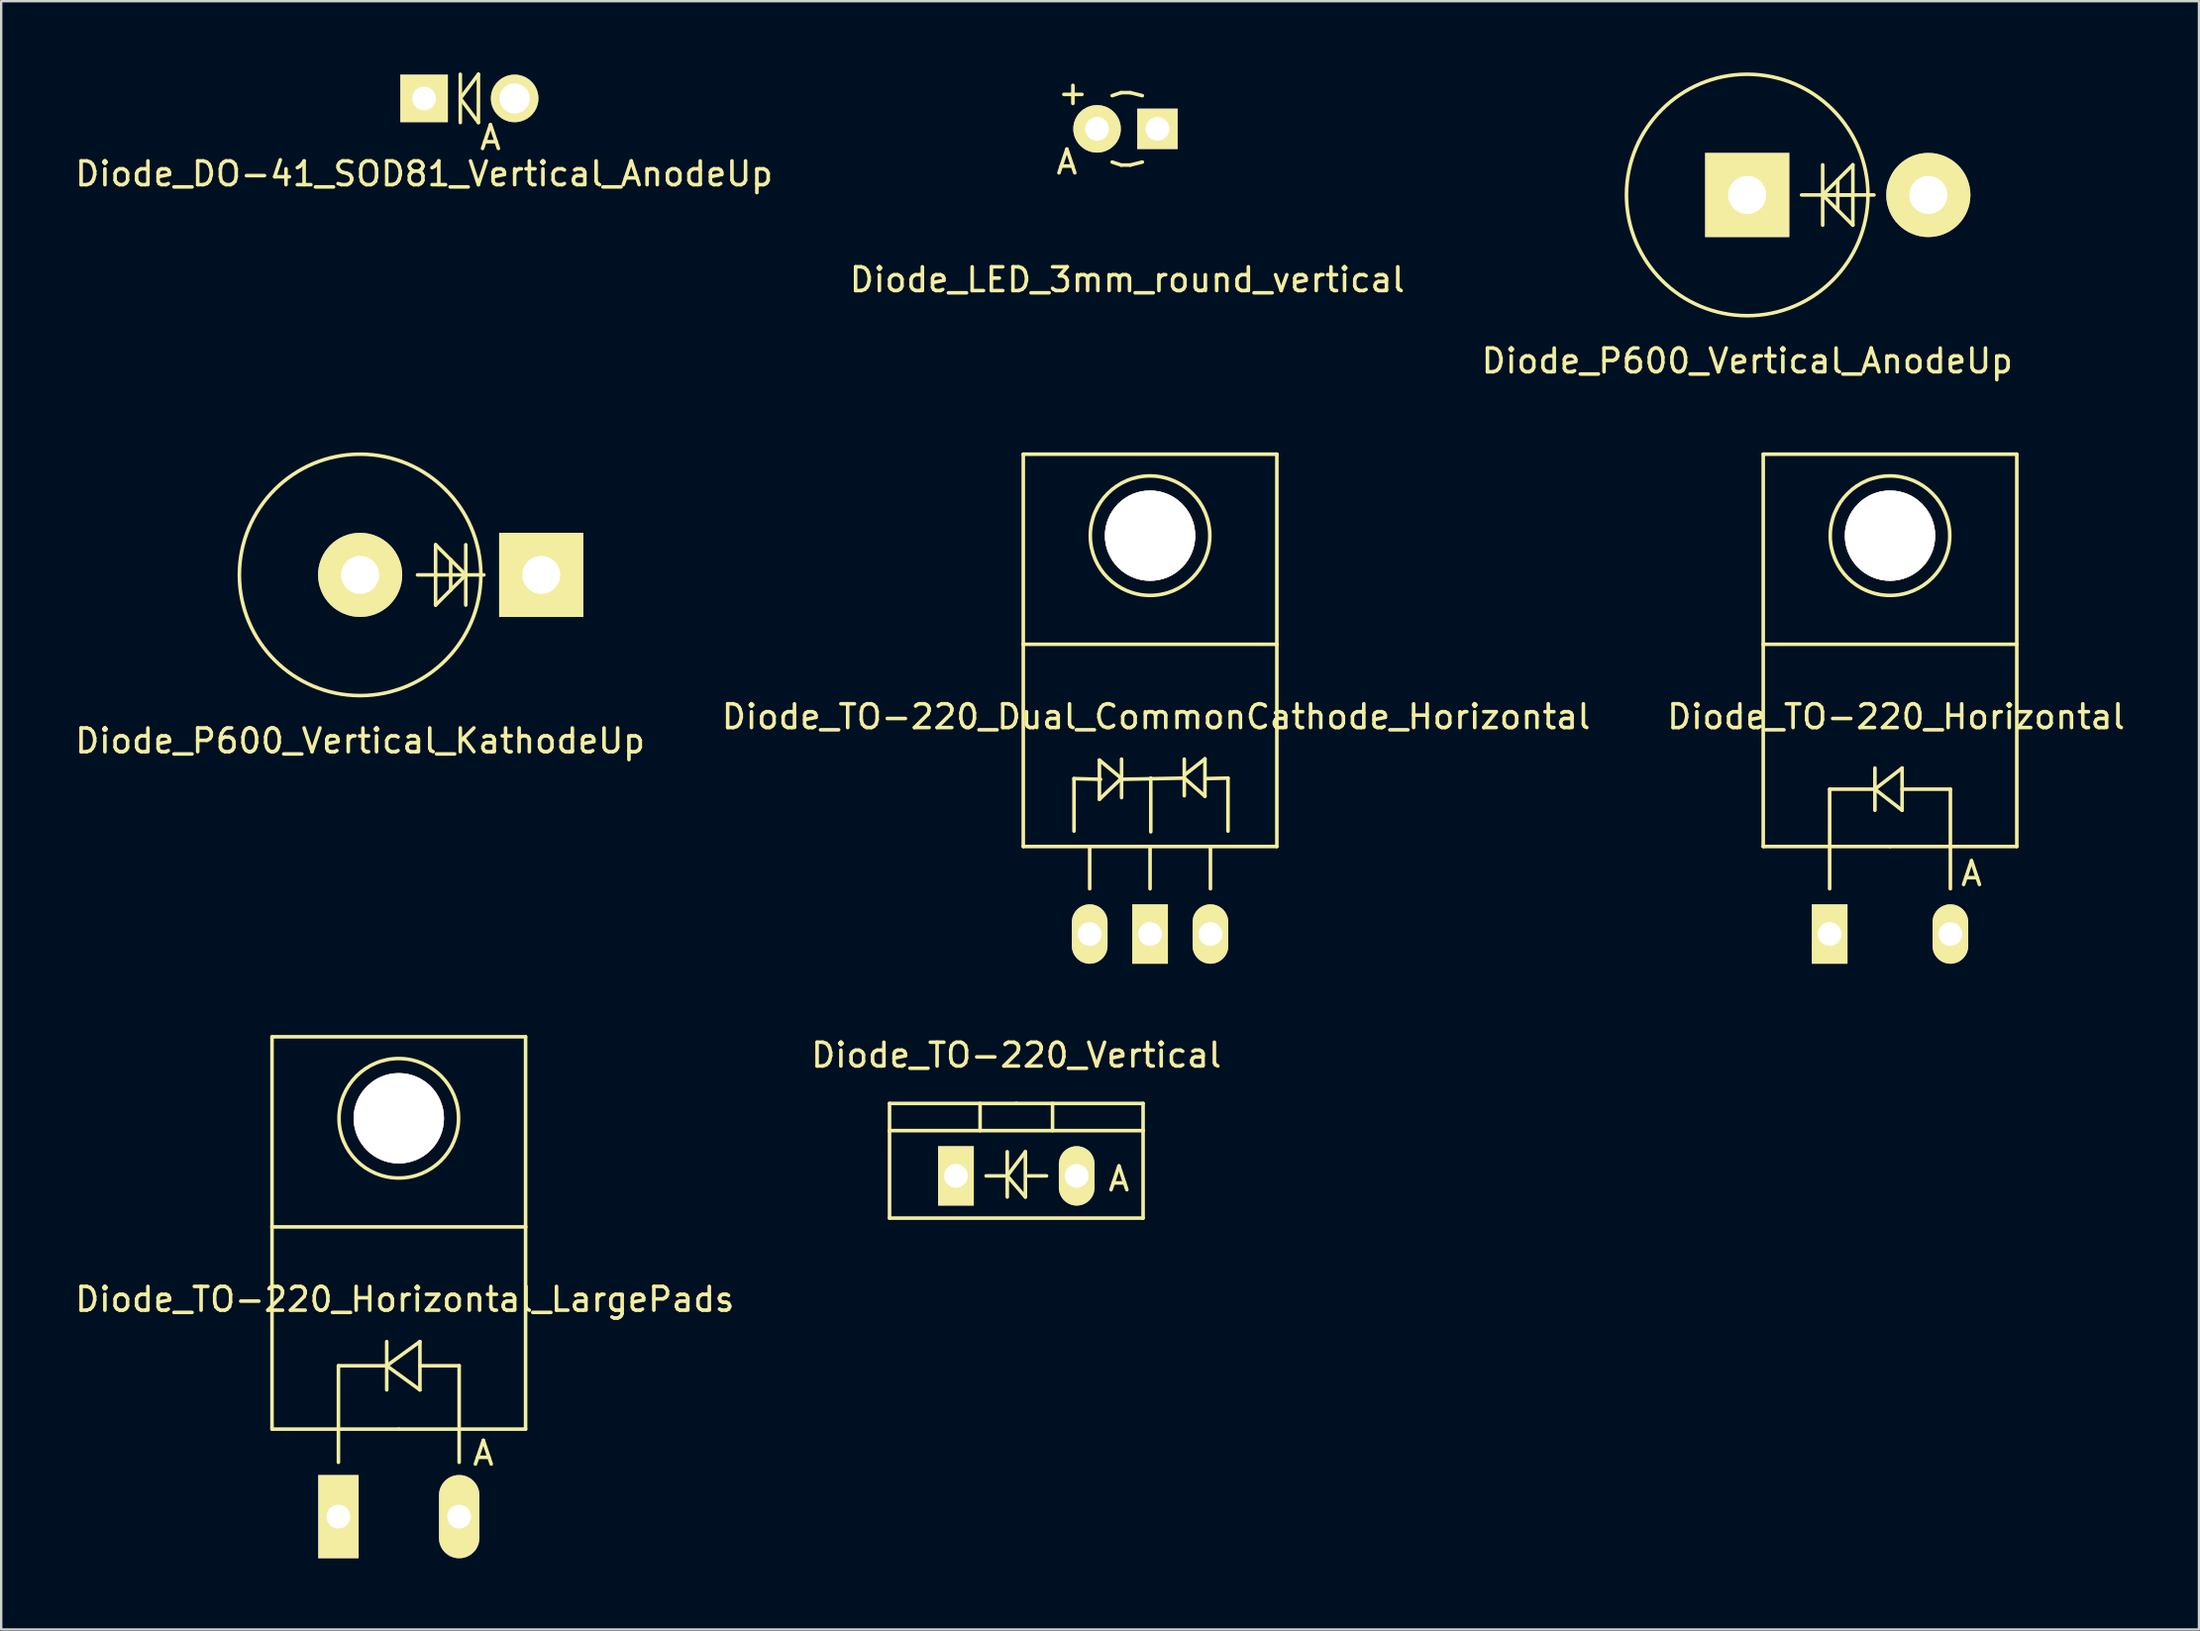
<source format=kicad_pcb>
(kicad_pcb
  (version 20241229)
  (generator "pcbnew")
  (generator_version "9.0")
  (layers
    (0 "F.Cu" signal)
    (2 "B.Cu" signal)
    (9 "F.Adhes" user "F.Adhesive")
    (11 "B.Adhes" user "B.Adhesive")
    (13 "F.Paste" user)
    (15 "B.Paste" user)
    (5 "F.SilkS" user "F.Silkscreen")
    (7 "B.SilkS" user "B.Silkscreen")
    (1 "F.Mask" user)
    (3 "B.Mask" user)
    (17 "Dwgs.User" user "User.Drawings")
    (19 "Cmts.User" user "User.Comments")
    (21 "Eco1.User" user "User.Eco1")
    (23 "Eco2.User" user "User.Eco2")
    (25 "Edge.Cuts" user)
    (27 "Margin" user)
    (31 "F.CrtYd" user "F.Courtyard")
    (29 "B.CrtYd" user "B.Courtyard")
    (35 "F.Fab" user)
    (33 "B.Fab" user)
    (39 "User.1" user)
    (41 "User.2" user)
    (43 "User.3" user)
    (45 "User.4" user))
  (footprint "Diode_TO-220_Horizontal"
    (layer "F.Cu")
    (at 76.466 36.256)
    (property "Reference" "Diode_TO-220_Horizontal" (at 0.254 -9.144 0) (layer "F.SilkS") (effects (font (size 1 1) (thickness 0.15))))
    (attr through_hole)
    (fp_line (start -5.334 -20.193) (end -5.334 -12.192) (stroke (width 0.15) (type solid)) (layer "F.SilkS"))
    (fp_line (start -5.334 -12.192) (end -5.334 -3.683) (stroke (width 0.15) (type solid)) (layer "F.SilkS"))
    (fp_line (start -2.54 -6.096) (end -2.54 -3.683) (stroke (width 0.15) (type solid)) (layer "F.SilkS"))
    (fp_line (start -2.54 -3.683) (end -2.54 -1.905) (stroke (width 0.15) (type solid)) (layer "F.SilkS"))
    (fp_line (start -0.635 -6.985) (end -0.635 -5.207) (stroke (width 0.15) (type solid)) (layer "F.SilkS"))
    (fp_line (start -0.635 -6.096) (end -2.54 -6.096) (stroke (width 0.15) (type solid)) (layer "F.SilkS"))
    (fp_line (start -0.635 -6.096) (end 0.508 -6.985) (stroke (width 0.15) (type solid)) (layer "F.SilkS"))
    (fp_line (start 0 -3.683) (end -5.334 -3.683) (stroke (width 0.15) (type solid)) (layer "F.SilkS"))
    (fp_line (start 0 -3.683) (end 5.334 -3.683) (stroke (width 0.15) (type solid)) (layer "F.SilkS"))
    (fp_line (start 0.508 -6.985) (end 0.508 -5.207) (stroke (width 0.15) (type solid)) (layer "F.SilkS"))
    (fp_line (start 0.508 -6.096) (end 2.54 -6.096) (stroke (width 0.15) (type solid)) (layer "F.SilkS"))
    (fp_line (start 0.508 -5.207) (end -0.635 -6.096) (stroke (width 0.15) (type solid)) (layer "F.SilkS"))
    (fp_line (start 2.54 -6.096) (end 2.54 -3.683) (stroke (width 0.15) (type solid)) (layer "F.SilkS"))
    (fp_line (start 2.54 -3.683) (end 2.54 -1.905) (stroke (width 0.15) (type solid)) (layer "F.SilkS"))
    (fp_line (start 5.334 -20.193) (end -5.334 -20.193) (stroke (width 0.15) (type solid)) (layer "F.SilkS"))
    (fp_line (start 5.334 -12.192) (end -5.334 -12.192) (stroke (width 0.15) (type solid)) (layer "F.SilkS"))
    (fp_line (start 5.334 -12.192) (end 5.334 -20.193) (stroke (width 0.15) (type solid)) (layer "F.SilkS"))
    (fp_line (start 5.334 -3.683) (end 5.334 -12.192) (stroke (width 0.15) (type solid)) (layer "F.SilkS"))
    (fp_circle (center 0 -16.764) (end 1.778 -14.986) (stroke (width 0.15) (type solid)) (fill no) (layer "F.SilkS"))
    (fp_text user "A" (at 3.429 -2.54 0) (layer "F.SilkS") (effects (font (size 1 1) (thickness 0.15))))
    (pad "1" thru_hole oval (at 2.54 0 90) (size 2.499 1.501) (drill 1.001) (layers "*.Cu" "*.Mask" "F.SilkS"))
    (pad "2" thru_hole rect (at -2.54 0 90) (size 2.499 1.501) (drill 1.001) (layers "*.Cu" "*.Mask" "F.SilkS"))
    (pad "2" thru_hole circle (at 0 -16.764 90) (size 3.8 3.8) (drill 3.8) (layers "*.Cu" "*.Mask" "F.SilkS")))
  (footprint "Diode_P600_Vertical_KathodeUp"
    (layer "F.Cu")
    (at 12.101 21.143)
    (property "Reference" "Diode_P600_Vertical_KathodeUp" (at 0 6.985 0) (layer "F.SilkS") (effects (font (size 1 1) (thickness 0.15))))
    (attr through_hole)
    (fp_line (start 3.175 -1.27) (end 3.175 1.27) (stroke (width 0.15) (type solid)) (layer "F.SilkS"))
    (fp_line (start 3.175 0) (end 2.413 0) (stroke (width 0.15) (type solid)) (layer "F.SilkS"))
    (fp_line (start 3.175 1.27) (end 4.445 0) (stroke (width 0.15) (type solid)) (layer "F.SilkS"))
    (fp_line (start 3.81 -0.635) (end 3.81 0.635) (stroke (width 0.15) (type solid)) (layer "F.SilkS"))
    (fp_line (start 4.445 -1.27) (end 4.445 1.27) (stroke (width 0.15) (type solid)) (layer "F.SilkS"))
    (fp_line (start 4.445 0) (end 3.175 -1.27) (stroke (width 0.15) (type solid)) (layer "F.SilkS"))
    (fp_line (start 4.445 0) (end 3.175 0) (stroke (width 0.15) (type solid)) (layer "F.SilkS"))
    (fp_line (start 4.445 0) (end 5.207 0) (stroke (width 0.15) (type solid)) (layer "F.SilkS"))
    (fp_circle (center 0 0) (end 5.08 0) (stroke (width 0.15) (type solid)) (fill no) (layer "F.SilkS"))
    (pad "1" thru_hole circle (at 0 0) (size 3.541 3.541) (drill 1.6) (layers "*.Cu" "*.Mask" "F.SilkS"))
    (pad "2" thru_hole rect (at 7.62 0) (size 3.541 3.541) (drill 1.6) (layers "*.Cu" "*.Mask" "F.SilkS")))
  (footprint "Diode_DO-41_SOD81_Vertical_AnodeUp"
    (layer "F.Cu")
    (at 14.792 1.091)
    (property "Reference" "Diode_DO-41_SOD81_Vertical_AnodeUp" (at 0 3.175 0) (layer "F.SilkS") (effects (font (size 1 1) (thickness 0.15))))
    (attr through_hole)
    (fp_line (start 1.524 -1.016) (end 1.524 1.016) (stroke (width 0.15) (type solid)) (layer "F.SilkS"))
    (fp_line (start 1.524 0) (end 2.286 -1.016) (stroke (width 0.15) (type solid)) (layer "F.SilkS"))
    (fp_line (start 1.524 0) (end 2.286 1.016) (stroke (width 0.15) (type solid)) (layer "F.SilkS"))
    (fp_line (start 2.286 -1.016) (end 2.286 1.016) (stroke (width 0.15) (type solid)) (layer "F.SilkS"))
    (fp_text user "A" (at 2.794 1.651 0) (layer "F.SilkS") (effects (font (size 1 1) (thickness 0.15))))
    (pad "1" thru_hole circle (at 3.81 0) (size 1.999 1.999) (drill 1.27) (layers "*.Cu" "*.Mask" "F.SilkS"))
    (pad "2" thru_hole rect (at 0 0) (size 1.999 1.999) (drill 1.001) (layers "*.Cu" "*.Mask" "F.SilkS")))
  (footprint "Diode_LED_3mm_round_vertical"
    (layer "F.Cu")
    (at 44.375 2.372)
    (property "Reference" "Diode_LED_3mm_round_vertical" (at 0 6.35 0) (layer "F.SilkS") (effects (font (size 1 1) (thickness 0.15))))
    (attr through_hole)
    (fp_line (start -0.635 -1.397) (end -0.254 -1.524) (stroke (width 0.15) (type solid)) (layer "F.SilkS"))
    (fp_line (start -0.635 1.397) (end -0.254 1.524) (stroke (width 0.15) (type solid)) (layer "F.SilkS"))
    (fp_line (start -0.254 -1.524) (end 0.127 -1.524) (stroke (width 0.15) (type solid)) (layer "F.SilkS"))
    (fp_line (start -0.254 1.524) (end 0.127 1.524) (stroke (width 0.15) (type solid)) (layer "F.SilkS"))
    (fp_line (start 0.127 -1.524) (end 0.635 -1.397) (stroke (width 0.15) (type solid)) (layer "F.SilkS"))
    (fp_line (start 0.127 1.524) (end 0.635 1.397) (stroke (width 0.15) (type solid)) (layer "F.SilkS"))
    (fp_text user "A" (at -2.54 1.397 0) (layer "F.SilkS") (effects (font (size 1 1) (thickness 0.15))))
    (fp_text user "+" (at -2.286 -1.524 0) (layer "F.SilkS") (effects (font (size 1 1) (thickness 0.15))))
    (pad "1" thru_hole circle (at -1.27 0 90) (size 1.999 1.999) (drill 1.001) (layers "*.Cu" "*.Mask" "F.SilkS"))
    (pad "2" thru_hole rect (at 1.27 0) (size 1.699 1.699) (drill 1.001) (layers "*.Cu" "*.Mask" "F.SilkS")))
  (footprint "Diode_P600_Vertical_AnodeUp"
    (layer "F.Cu")
    (at 70.458 5.155)
    (property "Reference" "Diode_P600_Vertical_AnodeUp" (at 0 6.985 0) (layer "F.SilkS") (effects (font (size 1 1) (thickness 0.15))))
    (attr through_hole)
    (fp_line (start 2.286 0) (end 5.334 0) (stroke (width 0.15) (type solid)) (layer "F.SilkS"))
    (fp_line (start 3.175 -1.27) (end 3.175 1.27) (stroke (width 0.15) (type solid)) (layer "F.SilkS"))
    (fp_line (start 3.175 0) (end 4.445 -1.27) (stroke (width 0.15) (type solid)) (layer "F.SilkS"))
    (fp_line (start 3.175 0) (end 4.445 0) (stroke (width 0.15) (type solid)) (layer "F.SilkS"))
    (fp_line (start 3.175 0) (end 4.445 1.27) (stroke (width 0.15) (type solid)) (layer "F.SilkS"))
    (fp_line (start 3.81 -0.635) (end 3.81 0.635) (stroke (width 0.15) (type solid)) (layer "F.SilkS"))
    (fp_line (start 4.445 -1.27) (end 4.445 1.27) (stroke (width 0.15) (type solid)) (layer "F.SilkS"))
    (fp_circle (center 0 0) (end 5.08 0) (stroke (width 0.15) (type solid)) (fill no) (layer "F.SilkS"))
    (pad "1" thru_hole circle (at 7.62 0) (size 3.541 3.541) (drill 1.6) (layers "*.Cu" "*.Mask" "F.SilkS"))
    (pad "2" thru_hole rect (at 0 0) (size 3.541 3.541) (drill 1.6) (layers "*.Cu" "*.Mask" "F.SilkS")))
  (footprint "Diode_TO-220_Dual_CommonCathode_Horizontal"
    (layer "F.Cu")
    (at 45.335 36.256)
    (property "Reference" "Diode_TO-220_Dual_CommonCathode_Horizontal" (at 0.254 -9.144 0) (layer "F.SilkS") (effects (font (size 1 1) (thickness 0.15))))
    (attr through_hole)
    (fp_line (start -5.334 -20.193) (end -5.334 -12.192) (stroke (width 0.15) (type solid)) (layer "F.SilkS"))
    (fp_line (start -5.334 -12.192) (end -5.334 -3.683) (stroke (width 0.15) (type solid)) (layer "F.SilkS"))
    (fp_line (start -3.2 -6.54) (end -3.2 -4.331) (stroke (width 0.15) (type solid)) (layer "F.SilkS"))
    (fp_line (start -2.54 -3.683) (end -2.54 -1.905) (stroke (width 0.15) (type solid)) (layer "F.SilkS"))
    (fp_line (start -2.131 -7.32) (end -2.131 -5.669) (stroke (width 0.15) (type solid)) (layer "F.SilkS"))
    (fp_line (start -2.131 -5.669) (end -1.219 -6.54) (stroke (width 0.15) (type solid)) (layer "F.SilkS"))
    (fp_line (start -2.08 -6.51) (end -3.2 -6.54) (stroke (width 0.15) (type solid)) (layer "F.SilkS"))
    (fp_line (start -1.24 -6.51) (end 1.45 -6.561) (stroke (width 0.15) (type solid)) (layer "F.SilkS"))
    (fp_line (start -1.219 -6.561) (end -2.131 -7.32) (stroke (width 0.15) (type solid)) (layer "F.SilkS"))
    (fp_line (start -1.199 -7.361) (end -1.199 -5.74) (stroke (width 0.15) (type solid)) (layer "F.SilkS"))
    (fp_line (start 0 -3.683) (end -5.334 -3.683) (stroke (width 0.15) (type solid)) (layer "F.SilkS"))
    (fp_line (start 0 -3.683) (end 0 -1.905) (stroke (width 0.15) (type solid)) (layer "F.SilkS"))
    (fp_line (start 0 -3.683) (end 5.334 -3.683) (stroke (width 0.15) (type solid)) (layer "F.SilkS"))
    (fp_line (start 0.03 -6.561) (end 0.03 -4.3) (stroke (width 0.15) (type solid)) (layer "F.SilkS"))
    (fp_line (start 1.44 -7.361) (end 1.44 -5.819) (stroke (width 0.15) (type solid)) (layer "F.SilkS"))
    (fp_line (start 1.45 -6.69) (end 2.309 -7.371) (stroke (width 0.15) (type solid)) (layer "F.SilkS"))
    (fp_line (start 2.309 -7.371) (end 2.309 -5.799) (stroke (width 0.15) (type solid)) (layer "F.SilkS"))
    (fp_line (start 2.309 -5.799) (end 1.501 -6.51) (stroke (width 0.15) (type solid)) (layer "F.SilkS"))
    (fp_line (start 2.339 -6.54) (end 3.279 -6.561) (stroke (width 0.15) (type solid)) (layer "F.SilkS"))
    (fp_line (start 2.54 -3.683) (end 2.54 -1.905) (stroke (width 0.15) (type solid)) (layer "F.SilkS"))
    (fp_line (start 3.279 -6.561) (end 3.279 -4.331) (stroke (width 0.15) (type solid)) (layer "F.SilkS"))
    (fp_line (start 5.334 -20.193) (end -5.334 -20.193) (stroke (width 0.15) (type solid)) (layer "F.SilkS"))
    (fp_line (start 5.334 -12.192) (end -5.334 -12.192) (stroke (width 0.15) (type solid)) (layer "F.SilkS"))
    (fp_line (start 5.334 -12.192) (end 5.334 -20.193) (stroke (width 0.15) (type solid)) (layer "F.SilkS"))
    (fp_line (start 5.334 -3.683) (end 5.334 -12.192) (stroke (width 0.15) (type solid)) (layer "F.SilkS"))
    (fp_circle (center 0 -16.764) (end 1.778 -14.986) (stroke (width 0.15) (type solid)) (fill no) (layer "F.SilkS"))
    (pad "1" thru_hole oval (at -2.54 0 90) (size 2.499 1.501) (drill 1.001) (layers "*.Cu" "*.Mask" "F.SilkS"))
    (pad "2" thru_hole rect (at 0 0 90) (size 2.499 1.501) (drill 1.001) (layers "*.Cu" "*.Mask" "F.SilkS"))
    (pad "3" thru_hole oval (at 2.54 0 90) (size 2.499 1.501) (drill 1.001) (layers "*.Cu" "*.Mask" "F.SilkS"))
    (pad "9" thru_hole circle (at 0 -16.764 90) (size 3.8 3.8) (drill 3.8) (layers "*.Cu" "*.Mask" "F.SilkS")))
  (footprint "Diode_TO-220_Vertical"
    (layer "F.Cu")
    (at 39.708 46.434)
    (property "Reference" "Diode_TO-220_Vertical" (at 0 -5.08 0) (layer "F.SilkS") (effects (font (size 1 1) (thickness 0.15))))
    (attr through_hole)
    (fp_line (start -5.334 -1.905) (end -5.334 -3.048) (stroke (width 0.15) (type solid)) (layer "F.SilkS"))
    (fp_line (start -5.334 1.778) (end -5.334 -1.905) (stroke (width 0.15) (type solid)) (layer "F.SilkS"))
    (fp_line (start -1.524 -3.048) (end -1.524 -1.905) (stroke (width 0.15) (type solid)) (layer "F.SilkS"))
    (fp_line (start -0.381 -1.016) (end -0.381 0.889) (stroke (width 0.15) (type solid)) (layer "F.SilkS"))
    (fp_line (start -0.381 0) (end -1.27 0) (stroke (width 0.15) (type solid)) (layer "F.SilkS"))
    (fp_line (start -0.381 0) (end 0.381 -1.016) (stroke (width 0.15) (type solid)) (layer "F.SilkS"))
    (fp_line (start 0 -3.048) (end -5.334 -3.048) (stroke (width 0.15) (type solid)) (layer "F.SilkS"))
    (fp_line (start 0 -3.048) (end 5.334 -3.048) (stroke (width 0.15) (type solid)) (layer "F.SilkS"))
    (fp_line (start 0.381 -1.016) (end 0.381 0.889) (stroke (width 0.15) (type solid)) (layer "F.SilkS"))
    (fp_line (start 0.381 0.889) (end -0.381 0) (stroke (width 0.15) (type solid)) (layer "F.SilkS"))
    (fp_line (start 0.508 0) (end 1.27 0) (stroke (width 0.15) (type solid)) (layer "F.SilkS"))
    (fp_line (start 1.524 -3.048) (end 1.524 -1.905) (stroke (width 0.15) (type solid)) (layer "F.SilkS"))
    (fp_line (start 5.334 -3.048) (end 5.334 -1.905) (stroke (width 0.15) (type solid)) (layer "F.SilkS"))
    (fp_line (start 5.334 -1.905) (end -5.334 -1.905) (stroke (width 0.15) (type solid)) (layer "F.SilkS"))
    (fp_line (start 5.334 -1.905) (end 5.334 1.778) (stroke (width 0.15) (type solid)) (layer "F.SilkS"))
    (fp_line (start 5.334 1.778) (end -5.334 1.778) (stroke (width 0.15) (type solid)) (layer "F.SilkS"))
    (fp_text user "A" (at 4.318 0.127 0) (layer "F.SilkS") (effects (font (size 1 1) (thickness 0.15))))
    (pad "1" thru_hole oval (at 2.54 0 90) (size 2.499 1.501) (drill 1.001) (layers "*.Cu" "*.Mask" "F.SilkS"))
    (pad "2" thru_hole rect (at -2.54 0 90) (size 2.499 1.501) (drill 1.001) (layers "*.Cu" "*.Mask" "F.SilkS")))
  (footprint "Diode_TO-220_Horizontal_LargePads"
    (layer "F.Cu")
    (at 13.728 60.774)
    (property "Reference" "Diode_TO-220_Horizontal_LargePads" (at 0.254 -9.144 0) (layer "F.SilkS") (effects (font (size 1 1) (thickness 0.15))))
    (attr through_hole)
    (fp_line (start -5.334 -20.193) (end -5.334 -12.192) (stroke (width 0.15) (type solid)) (layer "F.SilkS"))
    (fp_line (start -5.334 -12.192) (end -5.334 -3.683) (stroke (width 0.15) (type solid)) (layer "F.SilkS"))
    (fp_line (start -2.54 -6.35) (end -2.54 -3.683) (stroke (width 0.15) (type solid)) (layer "F.SilkS"))
    (fp_line (start -2.54 -3.683) (end -2.54 -2.286) (stroke (width 0.15) (type solid)) (layer "F.SilkS"))
    (fp_line (start -0.508 -7.366) (end -0.508 -5.334) (stroke (width 0.15) (type solid)) (layer "F.SilkS"))
    (fp_line (start -0.508 -6.35) (end -2.54 -6.35) (stroke (width 0.15) (type solid)) (layer "F.SilkS"))
    (fp_line (start -0.508 -6.35) (end 0.889 -7.366) (stroke (width 0.15) (type solid)) (layer "F.SilkS"))
    (fp_line (start 0 -3.683) (end -5.334 -3.683) (stroke (width 0.15) (type solid)) (layer "F.SilkS"))
    (fp_line (start 0 -3.683) (end 5.334 -3.683) (stroke (width 0.15) (type solid)) (layer "F.SilkS"))
    (fp_line (start 0.889 -7.366) (end 0.889 -5.334) (stroke (width 0.15) (type solid)) (layer "F.SilkS"))
    (fp_line (start 0.889 -6.35) (end 2.54 -6.35) (stroke (width 0.15) (type solid)) (layer "F.SilkS"))
    (fp_line (start 0.889 -5.334) (end -0.508 -6.35) (stroke (width 0.15) (type solid)) (layer "F.SilkS"))
    (fp_line (start 2.54 -6.35) (end 2.54 -3.683) (stroke (width 0.15) (type solid)) (layer "F.SilkS"))
    (fp_line (start 2.54 -3.683) (end 2.54 -2.286) (stroke (width 0.15) (type solid)) (layer "F.SilkS"))
    (fp_line (start 5.334 -20.193) (end -5.334 -20.193) (stroke (width 0.15) (type solid)) (layer "F.SilkS"))
    (fp_line (start 5.334 -12.192) (end -5.334 -12.192) (stroke (width 0.15) (type solid)) (layer "F.SilkS"))
    (fp_line (start 5.334 -12.192) (end 5.334 -20.193) (stroke (width 0.15) (type solid)) (layer "F.SilkS"))
    (fp_line (start 5.334 -3.683) (end 5.334 -12.192) (stroke (width 0.15) (type solid)) (layer "F.SilkS"))
    (fp_circle (center 0 -16.764) (end 1.778 -14.986) (stroke (width 0.15) (type solid)) (fill no) (layer "F.SilkS"))
    (fp_text user "A" (at 3.556 -2.667 0) (layer "F.SilkS") (effects (font (size 1 1) (thickness 0.15))))
    (pad "1" thru_hole oval (at 2.54 0 90) (size 3.5 1.699) (drill 1.001) (layers "*.Cu" "*.Mask" "F.SilkS"))
    (pad "2" thru_hole rect (at -2.54 0 90) (size 3.5 1.699) (drill 1.001) (layers "*.Cu" "*.Mask" "F.SilkS"))
    (pad "2" thru_hole circle (at 0 -16.764 90) (size 3.8 3.8) (drill 3.8) (layers "*.Cu" "*.Mask" "F.SilkS")))
  (gr_rect
    (start -3 -3)
    (end 89.464 65.524)
    (stroke (width 0.1) (type default))
    (fill no)
    (layer "Edge.Cuts")))
</source>
